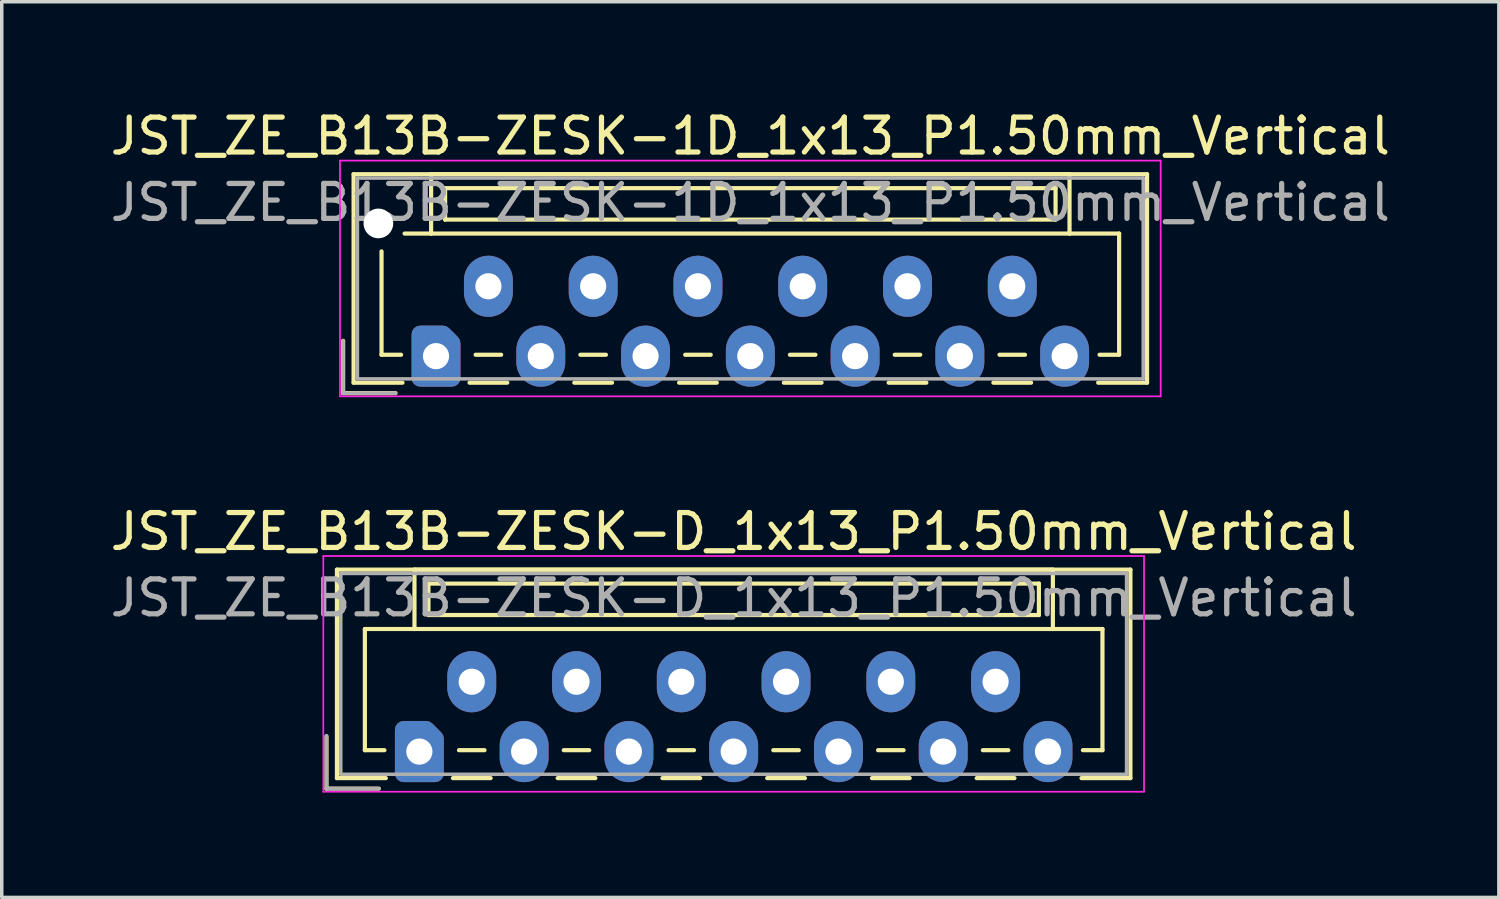
<source format=kicad_pcb>
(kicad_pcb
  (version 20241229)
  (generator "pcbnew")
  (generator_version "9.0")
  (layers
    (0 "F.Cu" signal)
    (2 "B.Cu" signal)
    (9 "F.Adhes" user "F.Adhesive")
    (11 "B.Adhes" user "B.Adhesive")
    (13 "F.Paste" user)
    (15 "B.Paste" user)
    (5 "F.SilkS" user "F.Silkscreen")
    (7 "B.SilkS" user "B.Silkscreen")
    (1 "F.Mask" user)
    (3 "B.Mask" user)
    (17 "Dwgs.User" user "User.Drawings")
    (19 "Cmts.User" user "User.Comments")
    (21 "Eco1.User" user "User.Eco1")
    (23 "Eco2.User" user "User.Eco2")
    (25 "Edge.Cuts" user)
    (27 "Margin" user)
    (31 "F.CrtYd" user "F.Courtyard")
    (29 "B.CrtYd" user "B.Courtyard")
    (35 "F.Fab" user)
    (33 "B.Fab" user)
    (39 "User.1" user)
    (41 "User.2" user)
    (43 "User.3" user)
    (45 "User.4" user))
  (footprint "JST_ZE_B13B-ZESK-D_1x13_P1.50mm_Vertical"
    (layer "F.Cu")
    (at 8.958 18.471)
    (property "Reference" "JST_ZE_B13B-ZESK-D_1x13_P1.50mm_Vertical" (at 9 -6.3 0) (layer "F.SilkS") (effects (font (size 1 1) (thickness 0.15))))
    (attr through_hole)
    (fp_line (start -2.66 -0.44) (end -2.66 1.06) (stroke (width 0.12) (type solid)) (layer "F.SilkS"))
    (fp_line (start -2.66 1.06) (end -1.16 1.06) (stroke (width 0.12) (type solid)) (layer "F.SilkS"))
    (fp_line (start -2.36 -5.21) (end 20.36 -5.21) (stroke (width 0.12) (type solid)) (layer "F.SilkS"))
    (fp_line (start -2.36 0.76) (end -2.36 -5.21) (stroke (width 0.12) (type solid)) (layer "F.SilkS"))
    (fp_line (start -1.56 -3.51) (end -1.56 -0.04) (stroke (width 0.12) (type solid)) (layer "F.SilkS"))
    (fp_line (start -1.56 -0.04) (end -1 -0.04) (stroke (width 0.12) (type solid)) (layer "F.SilkS"))
    (fp_line (start -0.96 0.76) (end -2.36 0.76) (stroke (width 0.12) (type solid)) (layer "F.SilkS"))
    (fp_line (start -0.14 -5.21) (end -0.14 -3.51) (stroke (width 0.12) (type solid)) (layer "F.SilkS"))
    (fp_line (start -0.14 -3.51) (end -1.56 -3.51) (stroke (width 0.12) (type solid)) (layer "F.SilkS"))
    (fp_line (start -0.14 -3.51) (end 18.14 -3.51) (stroke (width 0.12) (type solid)) (layer "F.SilkS"))
    (fp_line (start 0.26 -4.81) (end 0.26 -3.91) (stroke (width 0.12) (type solid)) (layer "F.SilkS"))
    (fp_line (start 0.26 -3.91) (end 17.74 -3.91) (stroke (width 0.12) (type solid)) (layer "F.SilkS"))
    (fp_line (start 0.96 0.76) (end 2.04 0.76) (stroke (width 0.12) (type solid)) (layer "F.SilkS"))
    (fp_line (start 1.135 -0.04) (end 1.865 -0.04) (stroke (width 0.12) (type solid)) (layer "F.SilkS"))
    (fp_line (start 3.96 0.76) (end 5.04 0.76) (stroke (width 0.12) (type solid)) (layer "F.SilkS"))
    (fp_line (start 4.135 -0.04) (end 4.865 -0.04) (stroke (width 0.12) (type solid)) (layer "F.SilkS"))
    (fp_line (start 6.96 0.76) (end 8.04 0.76) (stroke (width 0.12) (type solid)) (layer "F.SilkS"))
    (fp_line (start 7.135 -0.04) (end 7.865 -0.04) (stroke (width 0.12) (type solid)) (layer "F.SilkS"))
    (fp_line (start 9.96 0.76) (end 11.04 0.76) (stroke (width 0.12) (type solid)) (layer "F.SilkS"))
    (fp_line (start 10.135 -0.04) (end 10.865 -0.04) (stroke (width 0.12) (type solid)) (layer "F.SilkS"))
    (fp_line (start 12.96 0.76) (end 14.04 0.76) (stroke (width 0.12) (type solid)) (layer "F.SilkS"))
    (fp_line (start 13.135 -0.04) (end 13.865 -0.04) (stroke (width 0.12) (type solid)) (layer "F.SilkS"))
    (fp_line (start 15.96 0.76) (end 17.04 0.76) (stroke (width 0.12) (type solid)) (layer "F.SilkS"))
    (fp_line (start 16.135 -0.04) (end 16.865 -0.04) (stroke (width 0.12) (type solid)) (layer "F.SilkS"))
    (fp_line (start 17.74 -4.81) (end 0.26 -4.81) (stroke (width 0.12) (type solid)) (layer "F.SilkS"))
    (fp_line (start 17.74 -3.91) (end 17.74 -4.81) (stroke (width 0.12) (type solid)) (layer "F.SilkS"))
    (fp_line (start 18.14 -5.21) (end -0.14 -5.21) (stroke (width 0.12) (type solid)) (layer "F.SilkS"))
    (fp_line (start 18.14 -3.51) (end 18.14 -5.21) (stroke (width 0.12) (type solid)) (layer "F.SilkS"))
    (fp_line (start 18.14 -3.51) (end 19.56 -3.51) (stroke (width 0.12) (type solid)) (layer "F.SilkS"))
    (fp_line (start 19.56 -3.51) (end 19.56 -0.04) (stroke (width 0.12) (type solid)) (layer "F.SilkS"))
    (fp_line (start 19.56 -0.04) (end 19 -0.04) (stroke (width 0.12) (type solid)) (layer "F.SilkS"))
    (fp_line (start 20.36 -5.21) (end 20.36 0.76) (stroke (width 0.12) (type solid)) (layer "F.SilkS"))
    (fp_line (start 20.36 0.76) (end 18.96 0.76) (stroke (width 0.12) (type solid)) (layer "F.SilkS"))
    (fp_line (start -2.75 -5.6) (end -2.75 1.15) (stroke (width 0.05) (type solid)) (layer "F.CrtYd"))
    (fp_line (start -2.75 1.15) (end 20.75 1.15) (stroke (width 0.05) (type solid)) (layer "F.CrtYd"))
    (fp_line (start 20.75 -5.6) (end -2.75 -5.6) (stroke (width 0.05) (type solid)) (layer "F.CrtYd"))
    (fp_line (start 20.75 1.15) (end 20.75 -5.6) (stroke (width 0.05) (type solid)) (layer "F.CrtYd"))
    (fp_line (start -2.66 -0.44) (end -2.66 1.06) (stroke (width 0.1) (type solid)) (layer "F.Fab"))
    (fp_line (start -2.66 1.06) (end -1.16 1.06) (stroke (width 0.1) (type solid)) (layer "F.Fab"))
    (fp_line (start -2.25 -5.1) (end -2.25 0.65) (stroke (width 0.1) (type solid)) (layer "F.Fab"))
    (fp_line (start -2.25 0.65) (end 20.25 0.65) (stroke (width 0.1) (type solid)) (layer "F.Fab"))
    (fp_line (start 20.25 -5.1) (end -2.25 -5.1) (stroke (width 0.1) (type solid)) (layer "F.Fab"))
    (fp_line (start 20.25 0.65) (end 20.25 -5.1) (stroke (width 0.1) (type solid)) (layer "F.Fab"))
    (fp_text user "${REFERENCE}" (at 9 -4.4 0) (layer "F.Fab") (effects (font (size 1 1) (thickness 0.15))))
    (pad "1" thru_hole custom (at 0 0) (size 1.117 1.117) (drill 0.75) (layers "*.Cu" "*.Mask") (options (anchor circle)) (primitives (gr_poly (pts (xy -0.45 -0.625) (xy 0.196 -0.625) (xy 0.45 -0.371) (xy 0.45 0.625) (xy -0.45 0.625)) (width 0.5) (fill yes))))
    (pad "2" thru_hole oval (at 1.5 -2) (size 1.4 1.75) (drill 0.75) (layers "*.Cu" "*.Mask"))
    (pad "3" thru_hole oval (at 3 0) (size 1.4 1.75) (drill 0.75) (layers "*.Cu" "*.Mask"))
    (pad "4" thru_hole oval (at 4.5 -2) (size 1.4 1.75) (drill 0.75) (layers "*.Cu" "*.Mask"))
    (pad "5" thru_hole oval (at 6 0) (size 1.4 1.75) (drill 0.75) (layers "*.Cu" "*.Mask"))
    (pad "6" thru_hole oval (at 7.5 -2) (size 1.4 1.75) (drill 0.75) (layers "*.Cu" "*.Mask"))
    (pad "7" thru_hole oval (at 9 0) (size 1.4 1.75) (drill 0.75) (layers "*.Cu" "*.Mask"))
    (pad "8" thru_hole oval (at 10.5 -2) (size 1.4 1.75) (drill 0.75) (layers "*.Cu" "*.Mask"))
    (pad "9" thru_hole oval (at 12 0) (size 1.4 1.75) (drill 0.75) (layers "*.Cu" "*.Mask"))
    (pad "10" thru_hole oval (at 13.5 -2) (size 1.4 1.75) (drill 0.75) (layers "*.Cu" "*.Mask"))
    (pad "11" thru_hole oval (at 15 0) (size 1.4 1.75) (drill 0.75) (layers "*.Cu" "*.Mask"))
    (pad "12" thru_hole oval (at 16.5 -2) (size 1.4 1.75) (drill 0.75) (layers "*.Cu" "*.Mask"))
    (pad "13" thru_hole oval (at 18 0) (size 1.4 1.75) (drill 0.75) (layers "*.Cu" "*.Mask")))
  (footprint "JST_ZE_B13B-ZESK-1D_1x13_P1.50mm_Vertical"
    (layer "F.Cu")
    (at 9.435 7.148)
    (property "Reference" "JST_ZE_B13B-ZESK-1D_1x13_P1.50mm_Vertical" (at 9 -6.3 0) (layer "F.SilkS") (effects (font (size 1 1) (thickness 0.15))))
    (attr through_hole)
    (fp_line (start -2.66 -0.44) (end -2.66 1.06) (stroke (width 0.12) (type solid)) (layer "F.SilkS"))
    (fp_line (start -2.66 1.06) (end -1.16 1.06) (stroke (width 0.12) (type solid)) (layer "F.SilkS"))
    (fp_line (start -2.36 -5.21) (end 20.36 -5.21) (stroke (width 0.12) (type solid)) (layer "F.SilkS"))
    (fp_line (start -2.36 0.76) (end -2.36 -5.21) (stroke (width 0.12) (type solid)) (layer "F.SilkS"))
    (fp_line (start -1.56 -3) (end -1.56 -0.04) (stroke (width 0.12) (type solid)) (layer "F.SilkS"))
    (fp_line (start -1.56 -0.04) (end -1 -0.04) (stroke (width 0.12) (type solid)) (layer "F.SilkS"))
    (fp_line (start -0.96 0.76) (end -2.36 0.76) (stroke (width 0.12) (type solid)) (layer "F.SilkS"))
    (fp_line (start -0.14 -5.21) (end -0.14 -3.51) (stroke (width 0.12) (type solid)) (layer "F.SilkS"))
    (fp_line (start -0.14 -3.51) (end -0.9 -3.51) (stroke (width 0.12) (type solid)) (layer "F.SilkS"))
    (fp_line (start -0.14 -3.51) (end 18.14 -3.51) (stroke (width 0.12) (type solid)) (layer "F.SilkS"))
    (fp_line (start 0.26 -4.81) (end 0.26 -3.91) (stroke (width 0.12) (type solid)) (layer "F.SilkS"))
    (fp_line (start 0.26 -3.91) (end 17.74 -3.91) (stroke (width 0.12) (type solid)) (layer "F.SilkS"))
    (fp_line (start 0.96 0.76) (end 2.04 0.76) (stroke (width 0.12) (type solid)) (layer "F.SilkS"))
    (fp_line (start 1.135 -0.04) (end 1.865 -0.04) (stroke (width 0.12) (type solid)) (layer "F.SilkS"))
    (fp_line (start 3.96 0.76) (end 5.04 0.76) (stroke (width 0.12) (type solid)) (layer "F.SilkS"))
    (fp_line (start 4.135 -0.04) (end 4.865 -0.04) (stroke (width 0.12) (type solid)) (layer "F.SilkS"))
    (fp_line (start 6.96 0.76) (end 8.04 0.76) (stroke (width 0.12) (type solid)) (layer "F.SilkS"))
    (fp_line (start 7.135 -0.04) (end 7.865 -0.04) (stroke (width 0.12) (type solid)) (layer "F.SilkS"))
    (fp_line (start 9.96 0.76) (end 11.04 0.76) (stroke (width 0.12) (type solid)) (layer "F.SilkS"))
    (fp_line (start 10.135 -0.04) (end 10.865 -0.04) (stroke (width 0.12) (type solid)) (layer "F.SilkS"))
    (fp_line (start 12.96 0.76) (end 14.04 0.76) (stroke (width 0.12) (type solid)) (layer "F.SilkS"))
    (fp_line (start 13.135 -0.04) (end 13.865 -0.04) (stroke (width 0.12) (type solid)) (layer "F.SilkS"))
    (fp_line (start 15.96 0.76) (end 17.04 0.76) (stroke (width 0.12) (type solid)) (layer "F.SilkS"))
    (fp_line (start 16.135 -0.04) (end 16.865 -0.04) (stroke (width 0.12) (type solid)) (layer "F.SilkS"))
    (fp_line (start 17.74 -4.81) (end 0.26 -4.81) (stroke (width 0.12) (type solid)) (layer "F.SilkS"))
    (fp_line (start 17.74 -3.91) (end 17.74 -4.81) (stroke (width 0.12) (type solid)) (layer "F.SilkS"))
    (fp_line (start 18.14 -5.21) (end -0.14 -5.21) (stroke (width 0.12) (type solid)) (layer "F.SilkS"))
    (fp_line (start 18.14 -3.51) (end 18.14 -5.21) (stroke (width 0.12) (type solid)) (layer "F.SilkS"))
    (fp_line (start 18.14 -3.51) (end 19.56 -3.51) (stroke (width 0.12) (type solid)) (layer "F.SilkS"))
    (fp_line (start 19.56 -3.51) (end 19.56 -0.04) (stroke (width 0.12) (type solid)) (layer "F.SilkS"))
    (fp_line (start 19.56 -0.04) (end 19 -0.04) (stroke (width 0.12) (type solid)) (layer "F.SilkS"))
    (fp_line (start 20.36 -5.21) (end 20.36 0.76) (stroke (width 0.12) (type solid)) (layer "F.SilkS"))
    (fp_line (start 20.36 0.76) (end 18.96 0.76) (stroke (width 0.12) (type solid)) (layer "F.SilkS"))
    (fp_line (start -2.75 -5.6) (end -2.75 1.15) (stroke (width 0.05) (type solid)) (layer "F.CrtYd"))
    (fp_line (start -2.75 1.15) (end 20.75 1.15) (stroke (width 0.05) (type solid)) (layer "F.CrtYd"))
    (fp_line (start 20.75 -5.6) (end -2.75 -5.6) (stroke (width 0.05) (type solid)) (layer "F.CrtYd"))
    (fp_line (start 20.75 1.15) (end 20.75 -5.6) (stroke (width 0.05) (type solid)) (layer "F.CrtYd"))
    (fp_line (start -2.66 -0.44) (end -2.66 1.06) (stroke (width 0.1) (type solid)) (layer "F.Fab"))
    (fp_line (start -2.66 1.06) (end -1.16 1.06) (stroke (width 0.1) (type solid)) (layer "F.Fab"))
    (fp_line (start -2.25 -5.1) (end -2.25 0.65) (stroke (width 0.1) (type solid)) (layer "F.Fab"))
    (fp_line (start -2.25 0.65) (end 20.25 0.65) (stroke (width 0.1) (type solid)) (layer "F.Fab"))
    (fp_line (start 20.25 -5.1) (end -2.25 -5.1) (stroke (width 0.1) (type solid)) (layer "F.Fab"))
    (fp_line (start 20.25 0.65) (end 20.25 -5.1) (stroke (width 0.1) (type solid)) (layer "F.Fab"))
    (fp_text user "${REFERENCE}" (at 9 -4.4 0) (layer "F.Fab") (effects (font (size 1 1) (thickness 0.15))))
    (pad "" np_thru_hole circle (at -1.65 -3.8) (size 0.85 0.85) (drill 0.85) (layers "*.Cu" "*.Mask"))
    (pad "1" thru_hole custom (at 0 0) (size 1.117 1.117) (drill 0.75) (layers "*.Cu" "*.Mask") (options (anchor circle)) (primitives (gr_poly (pts (xy -0.45 -0.625) (xy 0.196 -0.625) (xy 0.45 -0.371) (xy 0.45 0.625) (xy -0.45 0.625)) (width 0.5) (fill yes))))
    (pad "2" thru_hole oval (at 1.5 -2) (size 1.4 1.75) (drill 0.75) (layers "*.Cu" "*.Mask"))
    (pad "3" thru_hole oval (at 3 0) (size 1.4 1.75) (drill 0.75) (layers "*.Cu" "*.Mask"))
    (pad "4" thru_hole oval (at 4.5 -2) (size 1.4 1.75) (drill 0.75) (layers "*.Cu" "*.Mask"))
    (pad "5" thru_hole oval (at 6 0) (size 1.4 1.75) (drill 0.75) (layers "*.Cu" "*.Mask"))
    (pad "6" thru_hole oval (at 7.5 -2) (size 1.4 1.75) (drill 0.75) (layers "*.Cu" "*.Mask"))
    (pad "7" thru_hole oval (at 9 0) (size 1.4 1.75) (drill 0.75) (layers "*.Cu" "*.Mask"))
    (pad "8" thru_hole oval (at 10.5 -2) (size 1.4 1.75) (drill 0.75) (layers "*.Cu" "*.Mask"))
    (pad "9" thru_hole oval (at 12 0) (size 1.4 1.75) (drill 0.75) (layers "*.Cu" "*.Mask"))
    (pad "10" thru_hole oval (at 13.5 -2) (size 1.4 1.75) (drill 0.75) (layers "*.Cu" "*.Mask"))
    (pad "11" thru_hole oval (at 15 0) (size 1.4 1.75) (drill 0.75) (layers "*.Cu" "*.Mask"))
    (pad "12" thru_hole oval (at 16.5 -2) (size 1.4 1.75) (drill 0.75) (layers "*.Cu" "*.Mask"))
    (pad "13" thru_hole oval (at 18 0) (size 1.4 1.75) (drill 0.75) (layers "*.Cu" "*.Mask")))
  (gr_rect
    (start -3 -3)
    (end 39.869 22.646)
    (stroke (width 0.1) (type default))
    (fill no)
    (layer "Edge.Cuts")))
</source>
